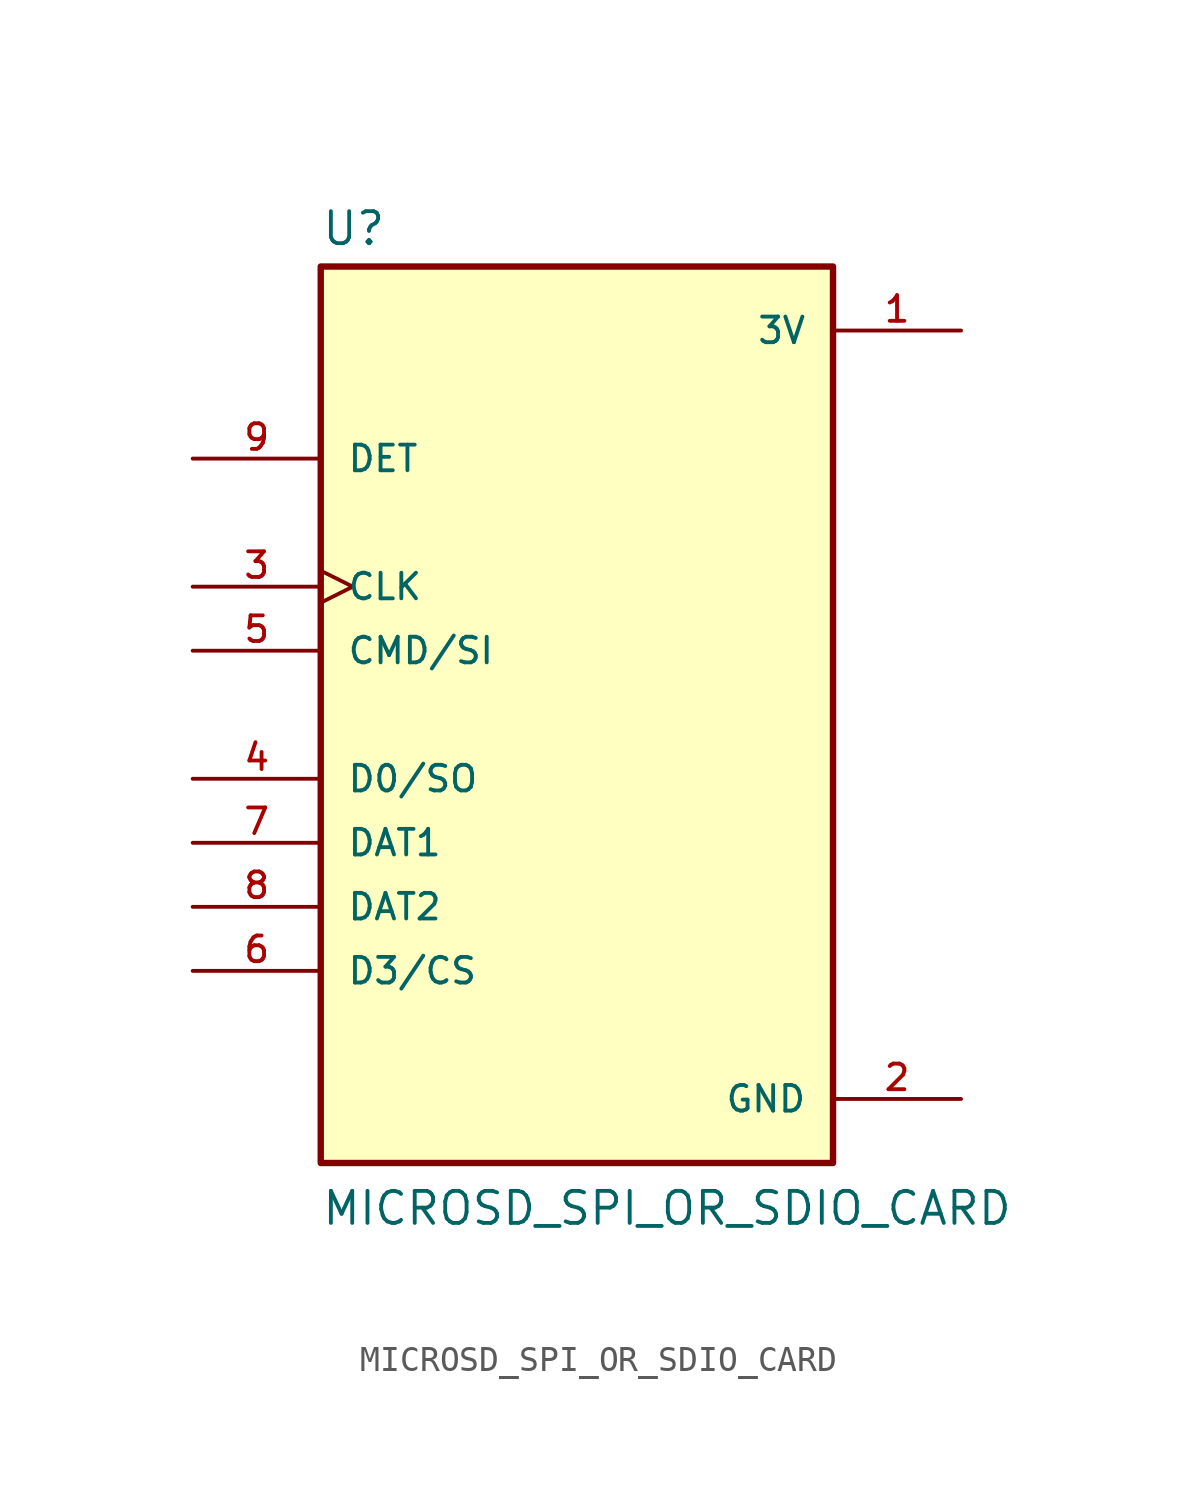
<source format=kicad_sym>
(kicad_symbol_lib
  (version 20211014)
  (generator kicad_symbol_editor)
  (symbol "MICROSD_SPI_OR_SDIO_CARD"
    (pin_names
      (offset 1.016))
    (property "Reference" "U"
      (at -10.16 18.542 0)
      (effects (font (size 1.27 1.27)) (justify bottom left)))
    (property "Value" "MICROSD_SPI_OR_SDIO_CARD"
      (at -10.16 -20.32 0)
      (effects (font (size 1.27 1.27)) (justify bottom left)))
    (symbol "MICROSD_SPI_OR_SDIO_CARD_0_0"
      (rectangle (start -10.16 -17.78) (end 10.16 17.78) (stroke (width 0.254)) (fill (type background)))
      (pin power_in line (at 15.24 15.24 180.0) (length 5.08) (name "3V" (effects (font (size 1.016 1.016)))) (number "1" (effects (font (size 1.016 1.016)))))
      (pin power_in line (at 15.24 -15.24 180.0) (length 5.08) (name "GND" (effects (font (size 1.016 1.016)))) (number "2" (effects (font (size 1.016 1.016)))))
      (pin input clock (at -15.24 5.08 0) (length 5.08) (name "CLK" (effects (font (size 1.016 1.016)))) (number "3" (effects (font (size 1.016 1.016)))))
      (pin bidirectional line (at -15.24 -2.54 0) (length 5.08) (name "D0/SO" (effects (font (size 1.016 1.016)))) (number "4" (effects (font (size 1.016 1.016)))))
      (pin bidirectional line (at -15.24 2.54 0) (length 5.08) (name "CMD/SI" (effects (font (size 1.016 1.016)))) (number "5" (effects (font (size 1.016 1.016)))))
      (pin bidirectional line (at -15.24 -10.16 0) (length 5.08) (name "D3/CS" (effects (font (size 1.016 1.016)))) (number "6" (effects (font (size 1.016 1.016)))))
      (pin bidirectional line (at -15.24 -5.08 0) (length 5.08) (name "DAT1" (effects (font (size 1.016 1.016)))) (number "7" (effects (font (size 1.016 1.016)))))
      (pin bidirectional line (at -15.24 -7.62 0) (length 5.08) (name "DAT2" (effects (font (size 1.016 1.016)))) (number "8" (effects (font (size 1.016 1.016)))))
      (pin input line (at -15.24 10.16 0) (length 5.08) (name "DET" (effects (font (size 1.016 1.016)))) (number "9" (effects (font (size 1.016 1.016))))))))
</source>
